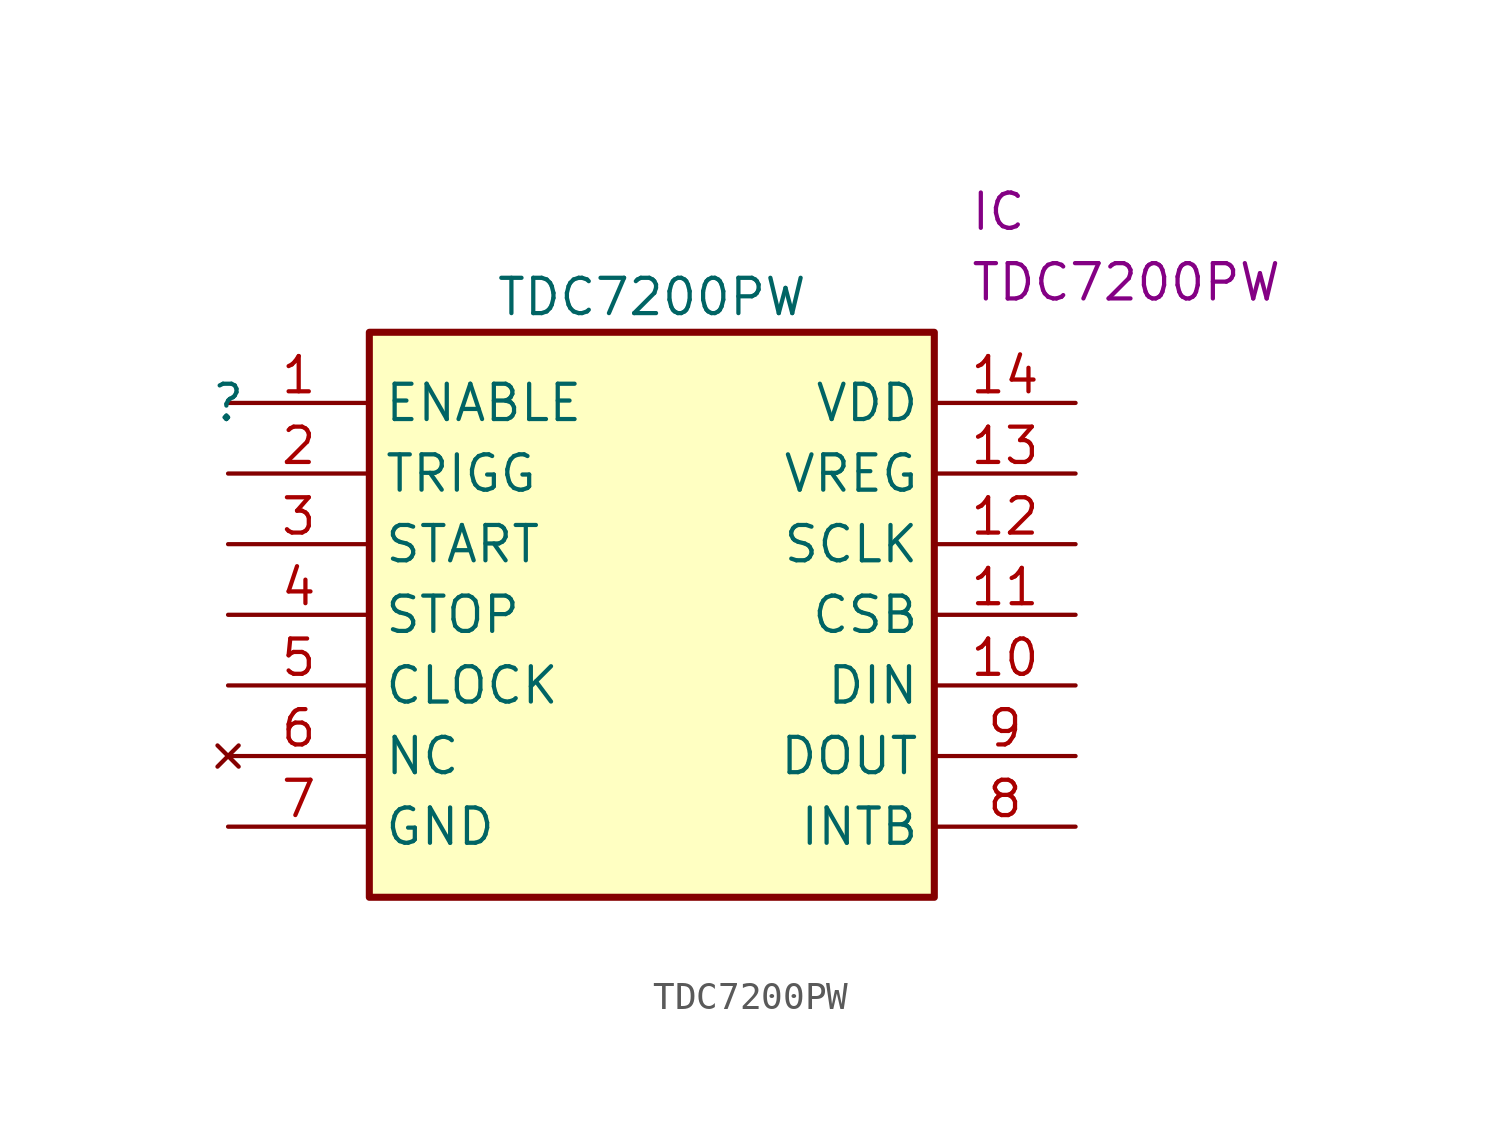
<source format=kicad_sym>
(kicad_symbol_lib
  (version 20211014)
  (generator kicad_symbol_editor)
  (symbol "TDC7200PW"
    (property "Reference" ""
      (at 0 0 0)
      (effects (font (size 1.27 1.27))))
    (property "Value" "TDC7200PW"
      (at 15.24 3.81 0)
      (effects (font (size 1.27 1.27))))
    (property "Reference_1" "IC"
      (at 26.67 7.62 0)
      (effects (font (size 1.27 1.27)) (justify left top)))
    (property "Value_1" "TDC7200PW"
      (at 26.67 5.08 0)
      (effects (font (size 1.27 1.27)) (justify left top)))
    (symbol "TDC7200PW_1_1"
      (rectangle (start 5.08 2.54) (end 25.4 -17.78) (stroke (width 0.254) (type default) (color 0 0 0 0)) (fill (type background)))
      (pin passive line (at 0 0 0) (length 5.08) (name "ENABLE" (effects (font (size 1.27 1.27)))) (number "1" (effects (font (size 1.27 1.27)))))
      (pin passive line (at 30.48 -10.16 180) (length 5.08) (name "DIN" (effects (font (size 1.27 1.27)))) (number "10" (effects (font (size 1.27 1.27)))))
      (pin passive line (at 30.48 -7.62 180) (length 5.08) (name "CSB" (effects (font (size 1.27 1.27)))) (number "11" (effects (font (size 1.27 1.27)))))
      (pin passive line (at 30.48 -5.08 180) (length 5.08) (name "SCLK" (effects (font (size 1.27 1.27)))) (number "12" (effects (font (size 1.27 1.27)))))
      (pin passive line (at 30.48 -2.54 180) (length 5.08) (name "VREG" (effects (font (size 1.27 1.27)))) (number "13" (effects (font (size 1.27 1.27)))))
      (pin passive line (at 30.48 0 180) (length 5.08) (name "VDD" (effects (font (size 1.27 1.27)))) (number "14" (effects (font (size 1.27 1.27)))))
      (pin passive line (at 0 -2.54 0) (length 5.08) (name "TRIGG" (effects (font (size 1.27 1.27)))) (number "2" (effects (font (size 1.27 1.27)))))
      (pin passive line (at 0 -5.08 0) (length 5.08) (name "START" (effects (font (size 1.27 1.27)))) (number "3" (effects (font (size 1.27 1.27)))))
      (pin passive line (at 0 -7.62 0) (length 5.08) (name "STOP" (effects (font (size 1.27 1.27)))) (number "4" (effects (font (size 1.27 1.27)))))
      (pin passive line (at 0 -10.16 0) (length 5.08) (name "CLOCK" (effects (font (size 1.27 1.27)))) (number "5" (effects (font (size 1.27 1.27)))))
      (pin no_connect line (at 0 -12.7 0) (length 5.08) (name "NC" (effects (font (size 1.27 1.27)))) (number "6" (effects (font (size 1.27 1.27)))))
      (pin passive line (at 0 -15.24 0) (length 5.08) (name "GND" (effects (font (size 1.27 1.27)))) (number "7" (effects (font (size 1.27 1.27)))))
      (pin passive line (at 30.48 -15.24 180) (length 5.08) (name "INTB" (effects (font (size 1.27 1.27)))) (number "8" (effects (font (size 1.27 1.27)))))
      (pin passive line (at 30.48 -12.7 180) (length 5.08) (name "DOUT" (effects (font (size 1.27 1.27)))) (number "9" (effects (font (size 1.27 1.27))))))))
</source>
